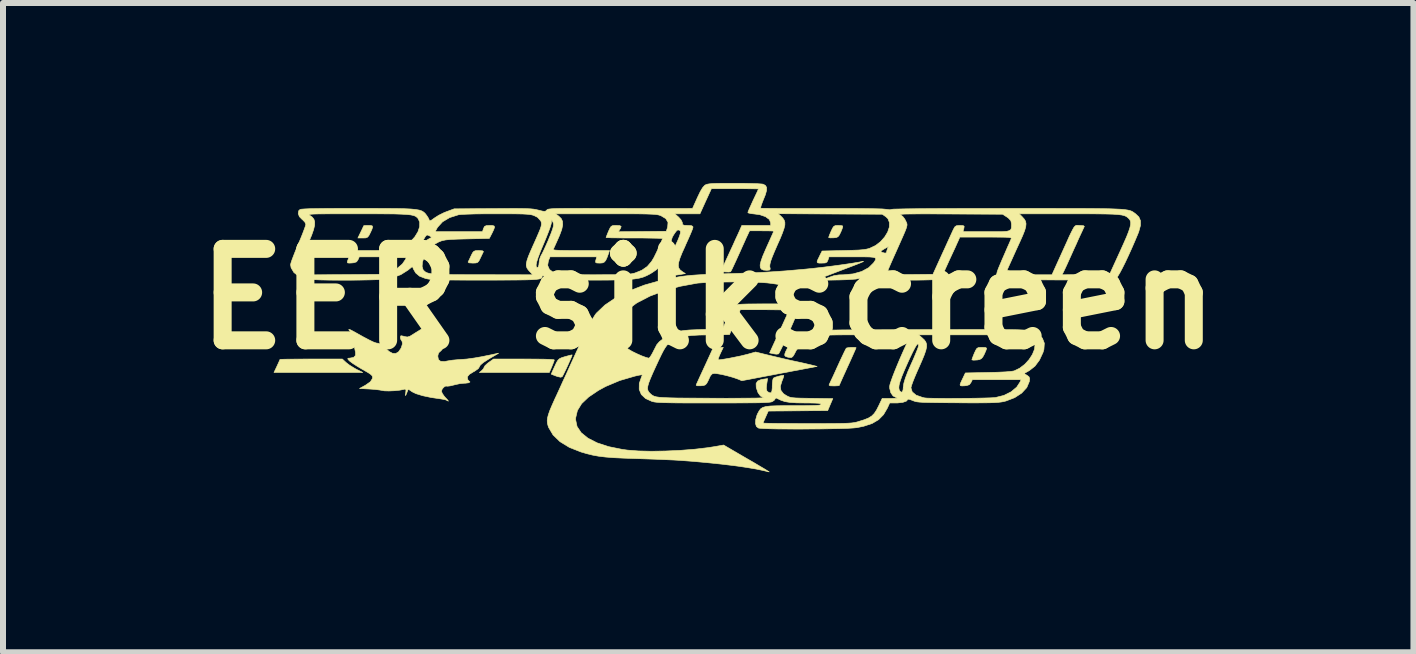
<source format=kicad_pcb>
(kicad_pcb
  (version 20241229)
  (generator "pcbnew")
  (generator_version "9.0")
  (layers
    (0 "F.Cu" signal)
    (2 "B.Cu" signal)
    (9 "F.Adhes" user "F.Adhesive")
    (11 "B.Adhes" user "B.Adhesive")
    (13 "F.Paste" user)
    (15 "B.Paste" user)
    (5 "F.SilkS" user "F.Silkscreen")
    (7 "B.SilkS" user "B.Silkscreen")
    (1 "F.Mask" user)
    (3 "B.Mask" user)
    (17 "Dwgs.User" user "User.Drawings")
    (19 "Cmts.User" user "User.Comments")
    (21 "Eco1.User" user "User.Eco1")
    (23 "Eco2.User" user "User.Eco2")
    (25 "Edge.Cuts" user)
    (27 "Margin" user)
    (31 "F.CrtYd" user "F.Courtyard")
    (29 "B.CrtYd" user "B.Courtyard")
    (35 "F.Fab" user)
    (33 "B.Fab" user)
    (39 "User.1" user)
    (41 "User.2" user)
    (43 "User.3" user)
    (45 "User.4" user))
  (footprint "EER silkscreen"
    (layer "F.Cu")
    (at 8.752 1.932)
    (property "Reference" "EER silkscreen" (at 0 0 0) (layer "F.SilkS") (effects (font (size 1.524 1.524) (thickness 0.3))))
    (attr through_hole)
    (fp_poly (pts (xy -6.035 1.059) (xy -5.978 1.103) (xy -5.902 1.15) (xy -5.865 1.171) (xy -5.757 1.225) (xy -7.236 1.225) (xy -7.187 1.121) (xy -7.163 1.069) (xy -7.145 1.029) (xy -7.137 1.009) (xy -7.137 1.009) (xy -7.113 1.006) (xy -7.046 1.004) (xy -6.943 1.003) (xy -6.811 1.002) (xy -6.659 1.001) (xy -6.617 1.001) (xy -6.097 1.001) (xy -6.035 1.059)) (stroke (width 0.01) (type solid)) (fill yes) (layer "F.SilkS"))
    (fp_poly (pts (xy -2.873 1.002) (xy -2.723 1.004) (xy -2.622 1.008) (xy -2.572 1.013) (xy -2.565 1.017) (xy -2.571 1.038) (xy -2.587 1.08) (xy -2.607 1.129) (xy -2.648 1.225) (xy -3.813 1.225) (xy -3.773 1.192) (xy -3.743 1.159) (xy -3.734 1.136) (xy -3.719 1.111) (xy -3.68 1.075) (xy -3.656 1.057) (xy -3.578 1.001) (xy -3.072 1.001) (xy -2.873 1.002)) (stroke (width 0.01) (type solid)) (fill yes) (layer "F.SilkS"))
    (fp_poly (pts (xy -5.621 -1.224) (xy -5.597 -1.216) (xy -5.593 -1.197) (xy -5.605 -1.159) (xy -5.63 -1.105) (xy -5.655 -1.056) (xy -5.677 -1.03) (xy -5.705 -1.018) (xy -5.748 -1.016) (xy -5.755 -1.016) (xy -5.838 -1.016) (xy -5.789 -1.117) (xy -5.765 -1.167) (xy -5.748 -1.204) (xy -5.74 -1.221) (xy -5.74 -1.221) (xy -5.718 -1.224) (xy -5.665 -1.225) (xy -5.664 -1.225) (xy -5.621 -1.224)) (stroke (width 0.01) (type solid)) (fill yes) (layer "F.SilkS"))
    (fp_poly (pts (xy 2.213 -1.223) (xy 2.24 -1.217) (xy 2.241 -1.2) (xy 2.229 -1.163) (xy 2.21 -1.117) (xy 2.185 -1.066) (xy 2.162 -1.037) (xy 2.134 -1.024) (xy 2.091 -1.019) (xy 2.087 -1.019) (xy 2.032 -1.018) (xy 2.007 -1.023) (xy 2.007 -1.023) (xy 2.012 -1.041) (xy 2.027 -1.08) (xy 2.048 -1.129) (xy 2.072 -1.18) (xy 2.092 -1.209) (xy 2.117 -1.222) (xy 2.154 -1.225) (xy 2.158 -1.225) (xy 2.213 -1.223)) (stroke (width 0.01) (type solid)) (fill yes) (layer "F.SilkS"))
    (fp_poly (pts (xy 4.62 0.809) (xy 4.639 0.82) (xy 4.632 0.847) (xy 4.632 0.848) (xy 4.602 0.918) (xy 4.577 0.964) (xy 4.553 0.993) (xy 4.525 1.008) (xy 4.488 1.016) (xy 4.476 1.017) (xy 4.421 1.02) (xy 4.395 1.015) (xy 4.394 1.013) (xy 4.4 0.993) (xy 4.415 0.952) (xy 4.435 0.903) (xy 4.459 0.852) (xy 4.478 0.823) (xy 4.503 0.81) (xy 4.542 0.807) (xy 4.563 0.807) (xy 4.62 0.809)) (stroke (width 0.01) (type solid)) (fill yes) (layer "F.SilkS"))
    (fp_poly (pts (xy -3.76 -0.802) (xy -3.745 -0.788) (xy -3.746 -0.788) (xy -3.758 -0.764) (xy -3.778 -0.722) (xy -3.796 -0.684) (xy -3.82 -0.636) (xy -3.842 -0.61) (xy -3.871 -0.6) (xy -3.919 -0.598) (xy -3.924 -0.598) (xy -3.987 -0.602) (xy -4.002 -0.616) (xy -4.001 -0.616) (xy -3.989 -0.64) (xy -3.969 -0.682) (xy -3.951 -0.721) (xy -3.927 -0.769) (xy -3.905 -0.794) (xy -3.876 -0.805) (xy -3.828 -0.807) (xy -3.823 -0.807) (xy -3.76 -0.802)) (stroke (width 0.01) (type solid)) (fill yes) (layer "F.SilkS"))
    (fp_poly (pts (xy -2.271 0.947) (xy -2.286 0.984) (xy -2.309 1.036) (xy -2.336 1.097) (xy -2.365 1.16) (xy -2.393 1.217) (xy -2.416 1.264) (xy -2.432 1.292) (xy -2.435 1.296) (xy -2.459 1.304) (xy -2.507 1.294) (xy -2.534 1.285) (xy -2.587 1.265) (xy -2.615 1.253) (xy -2.616 1.252) (xy -2.609 1.236) (xy -2.593 1.199) (xy -2.569 1.147) (xy -2.557 1.121) (xy -2.528 1.059) (xy -2.504 1.02) (xy -2.477 0.995) (xy -2.441 0.978) (xy -2.386 0.961) (xy -2.386 0.961) (xy -2.32 0.943) (xy -2.277 0.933) (xy -2.268 0.932) (xy -2.271 0.947)) (stroke (width 0.01) (type solid)) (fill yes) (layer "F.SilkS"))
    (fp_poly (pts (xy 2.462 0.811) (xy 2.464 0.813) (xy 2.458 0.829) (xy 2.44 0.869) (xy 2.413 0.93) (xy 2.379 1.006) (xy 2.339 1.094) (xy 2.324 1.126) (xy 2.283 1.217) (xy 2.246 1.298) (xy 2.216 1.365) (xy 2.195 1.413) (xy 2.185 1.438) (xy 2.184 1.441) (xy 2.162 1.446) (xy 2.107 1.449) (xy 2.094 1.449) (xy 2.034 1.447) (xy 2.014 1.437) (xy 2.017 1.423) (xy 2.028 1.401) (xy 2.049 1.355) (xy 2.08 1.29) (xy 2.116 1.211) (xy 2.156 1.122) (xy 2.16 1.114) (xy 2.2 1.026) (xy 2.237 0.948) (xy 2.267 0.885) (xy 2.289 0.841) (xy 2.301 0.82) (xy 2.301 0.819) (xy 2.33 0.812) (xy 2.381 0.807) (xy 2.433 0.807) (xy 2.462 0.811)) (stroke (width 0.01) (type solid)) (fill yes) (layer "F.SilkS"))
    (fp_poly (pts (xy 0.203 0.907) (xy 0.181 0.958) (xy 0.167 0.996) (xy 0.165 1.014) (xy 0.166 1.014) (xy 0.195 1.013) (xy 0.259 1.004) (xy 0.347 0.989) (xy 0.446 0.969) (xy 0.544 0.949) (xy 0.629 0.928) (xy 0.665 0.919) (xy 0.788 0.884) (xy 1.035 0.944) (xy 1.162 0.974) (xy 1.293 1.005) (xy 1.409 1.031) (xy 1.452 1.04) (xy 1.554 1.062) (xy 1.653 1.085) (xy 1.718 1.1) (xy 1.814 1.124) (xy 1.187 1.243) (xy 0.56 1.362) (xy 0.487 1.332) (xy 0.415 1.307) (xy 0.322 1.281) (xy 0.225 1.258) (xy 0.142 1.244) (xy 0.102 1.24) (xy 0.065 1.249) (xy 0.037 1.28) (xy 0.025 1.304) (xy -0.004 1.368) (xy -0.026 1.408) (xy -0.048 1.431) (xy -0.076 1.442) (xy -0.115 1.446) (xy -0.126 1.447) (xy -0.182 1.447) (xy -0.201 1.438) (xy -0.197 1.424) (xy -0.187 1.402) (xy -0.166 1.356) (xy -0.136 1.29) (xy -0.099 1.21) (xy -0.058 1.121) (xy -0.049 1.102) (xy 0.086 0.807) (xy 0.251 0.807) (xy 0.203 0.907)) (stroke (width 0.01) (type solid)) (fill yes) (layer "F.SilkS"))
    (fp_poly (pts (xy -4.564 0.427) (xy -4.552 0.48) (xy -4.537 0.523) (xy -4.523 0.544) (xy -4.508 0.568) (xy -4.496 0.61) (xy -4.491 0.643) (xy -4.482 0.693) (xy -4.464 0.723) (xy -4.431 0.739) (xy -4.429 0.74) (xy -4.396 0.751) (xy -4.388 0.767) (xy -4.402 0.795) (xy -4.415 0.815) (xy -4.445 0.854) (xy -4.472 0.88) (xy -4.479 0.884) (xy -4.495 0.904) (xy -4.505 0.942) (xy -4.506 0.957) (xy -4.496 1.011) (xy -4.46 1.039) (xy -4.395 1.043) (xy -4.338 1.032) (xy -4.263 1.02) (xy -4.166 1.011) (xy -4.115 1.008) (xy -4.021 1.001) (xy -3.898 0.984) (xy -3.767 0.961) (xy -3.734 0.954) (xy -3.493 0.904) (xy -3.651 0.997) (xy -3.745 1.057) (xy -3.798 1.102) (xy -3.81 1.125) (xy -3.832 1.161) (xy -3.893 1.204) (xy -3.912 1.214) (xy -3.979 1.255) (xy -4.009 1.291) (xy -4.013 1.313) (xy -4.005 1.348) (xy -3.987 1.367) (xy -3.97 1.383) (xy -3.994 1.397) (xy -4.049 1.404) (xy -4.067 1.404) (xy -4.138 1.411) (xy -4.221 1.429) (xy -4.24 1.434) (xy -4.303 1.449) (xy -4.347 1.454) (xy -4.355 1.452) (xy -4.381 1.453) (xy -4.411 1.474) (xy -4.435 1.505) (xy -4.445 1.538) (xy -4.432 1.574) (xy -4.4 1.62) (xy -4.383 1.64) (xy -4.349 1.676) (xy -4.331 1.699) (xy -4.331 1.703) (xy -4.351 1.693) (xy -4.355 1.69) (xy -4.388 1.677) (xy -4.448 1.667) (xy -4.452 1.666) (xy -4.617 1.642) (xy -4.759 1.612) (xy -4.87 1.578) (xy -4.932 1.548) (xy -4.999 1.502) (xy -5.013 1.539) (xy -5.033 1.589) (xy -5.043 1.61) (xy -5.046 1.603) (xy -5.042 1.569) (xy -5.041 1.565) (xy -5.037 1.523) (xy -5.042 1.504) (xy -5.061 1.503) (xy -5.074 1.507) (xy -5.141 1.52) (xy -5.229 1.529) (xy -5.321 1.533) (xy -5.396 1.531) (xy -5.426 1.526) (xy -5.476 1.517) (xy -5.557 1.507) (xy -5.642 1.501) (xy -5.811 1.492) (xy -5.711 1.437) (xy -5.63 1.38) (xy -5.597 1.328) (xy -5.593 1.303) (xy -5.6 1.281) (xy -5.624 1.257) (xy -5.672 1.225) (xy -5.75 1.18) (xy -5.765 1.172) (xy -5.847 1.123) (xy -5.919 1.077) (xy -5.969 1.04) (xy -5.984 1.027) (xy -6.007 0.999) (xy -6.002 0.988) (xy -5.973 0.986) (xy -5.909 0.974) (xy -5.877 0.94) (xy -5.878 0.884) (xy -5.88 0.878) (xy -5.891 0.826) (xy -5.896 0.778) (xy -5.895 0.769) (xy -5.892 0.695) (xy -5.897 0.642) (xy -5.912 0.603) (xy -5.938 0.57) (xy -5.943 0.565) (xy -5.982 0.524) (xy -5.99 0.507) (xy -5.967 0.512) (xy -5.912 0.54) (xy -5.883 0.556) (xy -5.755 0.628) (xy -5.657 0.68) (xy -5.585 0.715) (xy -5.533 0.734) (xy -5.499 0.739) (xy -5.453 0.752) (xy -5.403 0.792) (xy -5.384 0.813) (xy -5.32 0.874) (xy -5.261 0.906) (xy -5.208 0.909) (xy -5.161 0.882) (xy -5.122 0.825) (xy -5.114 0.809) (xy -5.095 0.748) (xy -5.101 0.709) (xy -5.105 0.702) (xy -5.124 0.672) (xy -5.131 0.639) (xy -5.125 0.616) (xy -5.116 0.613) (xy -5.085 0.619) (xy -5.053 0.628) (xy -5.013 0.634) (xy -4.972 0.622) (xy -4.939 0.602) (xy -4.879 0.564) (xy -4.809 0.521) (xy -4.788 0.508) (xy -4.72 0.46) (xy -4.656 0.406) (xy -4.641 0.392) (xy -4.58 0.328) (xy -4.564 0.427)) (stroke (width 0.01) (type solid)) (fill yes) (layer "F.SilkS"))
    (fp_poly (pts (xy 2.588 -0.626) (xy 2.578 -0.62) (xy 2.546 -0.606) (xy 2.488 -0.582) (xy 2.4 -0.548) (xy 2.279 -0.502) (xy 2.121 -0.442) (xy 2.019 -0.403) (xy 1.46 -0.191) (xy 1.295 -0.222) (xy 1.18 -0.241) (xy 1.056 -0.259) (xy 0.98 -0.268) (xy 0.877 -0.275) (xy 0.738 -0.28) (xy 0.577 -0.283) (xy 0.403 -0.284) (xy 0.23 -0.282) (xy 0.069 -0.278) (xy -0.069 -0.272) (xy -0.171 -0.265) (xy -0.191 -0.262) (xy -0.467 -0.211) (xy -0.731 -0.138) (xy -0.97 -0.048) (xy -1.175 0.058) (xy -1.2 0.073) (xy -1.351 0.186) (xy -1.459 0.303) (xy -1.522 0.42) (xy -1.539 0.536) (xy -1.51 0.647) (xy -1.436 0.752) (xy -1.33 0.837) (xy -1.268 0.874) (xy -1.19 0.912) (xy -1.111 0.947) (xy -1.041 0.973) (xy -0.994 0.986) (xy -0.989 0.986) (xy -0.973 0.973) (xy -0.95 0.939) (xy -0.928 0.9) (xy -0.899 0.843) (xy -0.871 0.789) (xy -0.858 0.763) (xy -0.814 0.712) (xy -0.739 0.654) (xy -0.645 0.6) (xy -0.548 0.557) (xy -0.522 0.549) (xy -0.466 0.535) (xy -0.399 0.525) (xy -0.309 0.517) (xy -0.186 0.512) (xy -0.091 0.509) (xy 0.238 0.501) (xy 0.321 0.315) (xy 0.356 0.242) (xy 0.39 0.179) (xy 0.421 0.132) (xy 0.443 0.107) (xy 0.445 0.106) (xy 0.466 0.097) (xy 0.503 0.091) (xy 0.563 0.087) (xy 0.652 0.084) (xy 0.777 0.083) (xy 0.945 0.082) (xy 0.955 0.082) (xy 1.122 0.082) (xy 1.245 0.083) (xy 1.332 0.085) (xy 1.39 0.089) (xy 1.426 0.094) (xy 1.449 0.102) (xy 1.463 0.111) (xy 1.492 0.15) (xy 1.499 0.176) (xy 1.492 0.2) (xy 1.475 0.247) (xy 1.449 0.313) (xy 1.416 0.391) (xy 1.378 0.478) (xy 1.338 0.569) (xy 1.298 0.658) (xy 1.26 0.742) (xy 1.225 0.814) (xy 1.197 0.87) (xy 1.178 0.906) (xy 1.17 0.916) (xy 1.135 0.92) (xy 1.087 0.913) (xy 1.023 0.899) (xy 1.183 0.55) (xy 1.228 0.453) (xy 1.268 0.365) (xy 1.302 0.29) (xy 1.327 0.234) (xy 1.342 0.199) (xy 1.345 0.191) (xy 1.322 0.187) (xy 1.256 0.183) (xy 1.156 0.181) (xy 1.031 0.18) (xy 0.941 0.179) (xy 0.535 0.179) (xy 0.511 0.235) (xy 0.494 0.274) (xy 0.468 0.333) (xy 0.438 0.401) (xy 0.421 0.438) (xy 0.394 0.5) (xy 0.372 0.551) (xy 0.359 0.583) (xy 0.356 0.592) (xy 0.332 0.594) (xy 0.267 0.596) (xy 0.17 0.597) (xy 0.051 0.598) (xy 0.032 0.598) (xy -0.148 0.601) (xy -0.287 0.609) (xy -0.398 0.626) (xy -0.489 0.651) (xy -0.572 0.688) (xy -0.593 0.699) (xy -0.629 0.721) (xy -0.66 0.743) (xy -0.687 0.77) (xy -0.714 0.807) (xy -0.744 0.856) (xy -0.778 0.922) (xy -0.82 1.009) (xy -0.872 1.121) (xy -0.873 1.123) (xy -0.926 1.239) (xy -0.965 1.33) (xy -0.992 1.4) (xy -1.007 1.454) (xy -1.011 1.494) (xy -1.005 1.525) (xy -0.99 1.551) (xy -0.975 1.568) (xy -0.953 1.589) (xy -0.931 1.606) (xy -0.903 1.62) (xy -0.865 1.631) (xy -0.81 1.639) (xy -0.735 1.644) (xy -0.633 1.648) (xy -0.5 1.651) (xy -0.331 1.652) (xy -0.12 1.653) (xy 0.076 1.654) (xy 0.301 1.655) (xy 0.497 1.654) (xy 0.662 1.653) (xy 0.79 1.652) (xy 0.878 1.649) (xy 0.922 1.647) (xy 0.925 1.644) (xy 0.87 1.617) (xy 0.83 1.562) (xy 0.802 1.481) (xy 0.8 1.472) (xy 0.798 1.409) (xy 0.824 1.368) (xy 0.883 1.343) (xy 0.92 1.337) (xy 0.989 1.327) (xy 0.974 1.425) (xy 0.968 1.49) (xy 0.977 1.531) (xy 0.99 1.546) (xy 1.025 1.565) (xy 1.048 1.562) (xy 1.061 1.536) (xy 1.067 1.482) (xy 1.067 1.453) (xy 1.07 1.395) (xy 1.076 1.349) (xy 1.085 1.322) (xy 1.087 1.319) (xy 1.118 1.304) (xy 1.17 1.288) (xy 1.224 1.276) (xy 1.257 1.273) (xy 1.259 1.274) (xy 1.258 1.289) (xy 1.246 1.326) (xy 1.228 1.371) (xy 1.202 1.456) (xy 1.211 1.523) (xy 1.253 1.578) (xy 1.297 1.607) (xy 1.33 1.625) (xy 1.361 1.637) (xy 1.401 1.645) (xy 1.458 1.65) (xy 1.544 1.653) (xy 1.667 1.655) (xy 1.725 1.656) (xy 2.076 1.661) (xy 2.033 1.761) (xy 1.991 1.86) (xy 1.001 1.868) (xy 0.958 1.964) (xy 0.936 2.014) (xy 0.92 2.051) (xy 0.914 2.068) (xy 0.939 2.07) (xy 1.008 2.072) (xy 1.115 2.074) (xy 1.253 2.075) (xy 1.418 2.076) (xy 1.602 2.077) (xy 1.652 2.077) (xy 1.866 2.077) (xy 2.035 2.076) (xy 2.167 2.075) (xy 2.266 2.073) (xy 2.339 2.07) (xy 2.393 2.066) (xy 2.434 2.06) (xy 2.469 2.053) (xy 2.497 2.045) (xy 2.596 2.014) (xy 2.669 1.985) (xy 2.724 1.951) (xy 2.767 1.908) (xy 2.806 1.849) (xy 2.847 1.768) (xy 2.858 1.744) (xy 2.899 1.658) (xy 3.043 1.658) (xy 3.121 1.656) (xy 3.151 1.652) (xy 3.138 1.645) (xy 3.134 1.644) (xy 3.08 1.616) (xy 3.043 1.563) (xy 3.024 1.49) (xy 3.024 1.479) (xy 3.176 1.479) (xy 3.182 1.512) (xy 3.19 1.53) (xy 3.214 1.553) (xy 3.233 1.548) (xy 3.246 1.519) (xy 3.25 1.48) (xy 3.378 1.48) (xy 3.4 1.549) (xy 3.464 1.603) (xy 3.572 1.641) (xy 3.607 1.649) (xy 3.653 1.653) (xy 3.74 1.655) (xy 3.859 1.657) (xy 4 1.658) (xy 4.154 1.657) (xy 4.31 1.656) (xy 4.459 1.654) (xy 4.592 1.651) (xy 4.7 1.648) (xy 4.771 1.644) (xy 4.788 1.642) (xy 4.928 1.607) (xy 5.048 1.547) (xy 5.141 1.469) (xy 5.195 1.386) (xy 5.213 1.345) (xy 4.402 1.345) (xy 4.378 1.393) (xy 4.352 1.428) (xy 4.308 1.443) (xy 4.273 1.447) (xy 4.228 1.449) (xy 4.204 1.445) (xy 4.197 1.43) (xy 4.207 1.398) (xy 4.232 1.344) (xy 4.239 1.33) (xy 4.285 1.233) (xy 4.663 1.225) (xy 4.824 1.221) (xy 4.955 1.215) (xy 5.048 1.207) (xy 5.097 1.199) (xy 5.19 1.154) (xy 5.275 1.089) (xy 5.347 1.01) (xy 5.402 0.925) (xy 5.437 0.839) (xy 5.446 0.759) (xy 5.427 0.693) (xy 5.413 0.675) (xy 5.392 0.655) (xy 5.365 0.639) (xy 5.328 0.626) (xy 5.276 0.617) (xy 5.203 0.609) (xy 5.104 0.604) (xy 4.974 0.601) (xy 4.809 0.599) (xy 4.603 0.598) (xy 4.358 0.598) (xy 3.507 0.598) (xy 3.566 0.649) (xy 3.602 0.683) (xy 3.626 0.717) (xy 3.639 0.755) (xy 3.639 0.8) (xy 3.626 0.858) (xy 3.6 0.933) (xy 3.561 1.028) (xy 3.518 1.126) (xy 3.476 1.22) (xy 3.439 1.307) (xy 3.409 1.382) (xy 3.389 1.439) (xy 3.379 1.475) (xy 3.378 1.48) (xy 3.25 1.48) (xy 3.251 1.466) (xy 3.251 1.464) (xy 3.26 1.404) (xy 3.285 1.32) (xy 3.327 1.21) (xy 3.378 1.094) (xy 3.418 1.005) (xy 3.452 0.924) (xy 3.48 0.856) (xy 3.498 0.807) (xy 3.505 0.781) (xy 3.505 0.781) (xy 3.502 0.753) (xy 3.491 0.749) (xy 3.472 0.768) (xy 3.445 0.813) (xy 3.408 0.884) (xy 3.361 0.982) (xy 3.32 1.072) (xy 3.265 1.197) (xy 3.224 1.296) (xy 3.197 1.374) (xy 3.181 1.434) (xy 3.176 1.479) (xy 3.024 1.479) (xy 3.023 1.456) (xy 3.029 1.424) (xy 3.047 1.368) (xy 3.074 1.293) (xy 3.109 1.203) (xy 3.15 1.103) (xy 3.194 0.998) (xy 3.24 0.893) (xy 3.285 0.793) (xy 3.328 0.702) (xy 3.367 0.625) (xy 3.368 0.624) (xy 3.369 0.616) (xy 3.36 0.61) (xy 3.336 0.606) (xy 3.292 0.602) (xy 3.221 0.6) (xy 3.12 0.599) (xy 2.982 0.598) (xy 2.802 0.598) (xy 2.65 0.598) (xy 2.437 0.598) (xy 2.269 0.598) (xy 2.139 0.599) (xy 2.04 0.601) (xy 1.967 0.604) (xy 1.911 0.608) (xy 1.868 0.614) (xy 1.83 0.622) (xy 1.792 0.632) (xy 1.789 0.633) (xy 1.648 0.687) (xy 1.541 0.761) (xy 1.467 0.857) (xy 1.46 0.871) (xy 1.43 0.928) (xy 1.408 0.961) (xy 1.385 0.976) (xy 1.357 0.976) (xy 1.327 0.97) (xy 1.293 0.96) (xy 1.276 0.944) (xy 1.276 0.917) (xy 1.293 0.872) (xy 1.323 0.814) (xy 1.401 0.712) (xy 1.516 0.624) (xy 1.66 0.557) (xy 1.688 0.548) (xy 1.709 0.542) (xy 1.731 0.536) (xy 1.757 0.531) (xy 1.792 0.528) (xy 1.84 0.524) (xy 1.903 0.522) (xy 1.987 0.519) (xy 2.094 0.518) (xy 2.228 0.516) (xy 2.393 0.515) (xy 2.593 0.514) (xy 2.832 0.513) (xy 3.113 0.512) (xy 3.44 0.512) (xy 3.537 0.511) (xy 3.877 0.511) (xy 4.17 0.51) (xy 4.42 0.51) (xy 4.63 0.51) (xy 4.804 0.51) (xy 4.947 0.511) (xy 5.061 0.512) (xy 5.151 0.513) (xy 5.219 0.516) (xy 5.271 0.518) (xy 5.309 0.522) (xy 5.338 0.526) (xy 5.361 0.531) (xy 5.382 0.537) (xy 5.385 0.538) (xy 5.497 0.586) (xy 5.568 0.652) (xy 5.601 0.737) (xy 5.594 0.84) (xy 5.579 0.891) (xy 5.52 1.018) (xy 5.445 1.119) (xy 5.353 1.192) (xy 5.348 1.195) (xy 5.263 1.243) (xy 5.314 1.273) (xy 5.346 1.298) (xy 5.357 1.33) (xy 5.351 1.375) (xy 5.308 1.477) (xy 5.223 1.569) (xy 5.106 1.645) (xy 4.962 1.7) (xy 4.923 1.71) (xy 4.883 1.717) (xy 4.834 1.723) (xy 4.771 1.727) (xy 4.686 1.73) (xy 4.574 1.731) (xy 4.426 1.732) (xy 4.237 1.731) (xy 4.148 1.73) (xy 3.947 1.729) (xy 3.79 1.727) (xy 3.671 1.725) (xy 3.584 1.723) (xy 3.522 1.719) (xy 3.478 1.714) (xy 3.447 1.707) (xy 3.421 1.698) (xy 3.406 1.692) (xy 3.356 1.673) (xy 3.329 1.67) (xy 3.327 1.672) (xy 3.304 1.701) (xy 3.243 1.723) (xy 3.154 1.733) (xy 3.136 1.733) (xy 3.024 1.733) (xy 2.985 1.819) (xy 2.921 1.928) (xy 2.838 2.012) (xy 2.731 2.075) (xy 2.591 2.121) (xy 2.479 2.144) (xy 2.42 2.15) (xy 2.32 2.156) (xy 2.188 2.16) (xy 2.032 2.163) (xy 1.859 2.166) (xy 1.678 2.167) (xy 1.496 2.168) (xy 1.321 2.167) (xy 1.162 2.166) (xy 1.025 2.163) (xy 0.92 2.159) (xy 0.853 2.154) (xy 0.837 2.151) (xy 0.803 2.125) (xy 0.788 2.076) (xy 0.791 2.012) (xy 0.812 1.937) (xy 0.827 1.904) (xy 0.85 1.862) (xy 0.874 1.831) (xy 0.909 1.808) (xy 0.96 1.793) (xy 1.035 1.784) (xy 1.141 1.78) (xy 1.286 1.778) (xy 1.428 1.778) (xy 1.592 1.778) (xy 1.712 1.776) (xy 1.794 1.774) (xy 1.845 1.77) (xy 1.871 1.765) (xy 1.88 1.757) (xy 1.88 1.756) (xy 1.871 1.745) (xy 1.84 1.738) (xy 1.779 1.735) (xy 1.678 1.733) (xy 1.627 1.733) (xy 1.475 1.731) (xy 1.362 1.724) (xy 1.277 1.71) (xy 1.21 1.687) (xy 1.175 1.67) (xy 1.135 1.651) (xy 1.119 1.653) (xy 1.118 1.661) (xy 1.1 1.688) (xy 1.071 1.708) (xy 1.055 1.715) (xy 1.029 1.72) (xy 0.988 1.724) (xy 0.929 1.727) (xy 0.845 1.73) (xy 0.731 1.731) (xy 0.583 1.732) (xy 0.396 1.733) (xy 0.164 1.733) (xy 0.087 1.733) (xy -0.159 1.733) (xy -0.36 1.733) (xy -0.52 1.732) (xy -0.645 1.73) (xy -0.741 1.728) (xy -0.812 1.725) (xy -0.863 1.721) (xy -0.901 1.716) (xy -0.929 1.709) (xy -0.938 1.707) (xy -1.044 1.659) (xy -1.115 1.592) (xy -1.15 1.507) (xy -1.149 1.408) (xy -1.111 1.297) (xy -1.103 1.281) (xy -1.099 1.267) (xy -1.114 1.264) (xy -1.158 1.271) (xy -1.224 1.286) (xy -1.474 1.359) (xy -1.709 1.458) (xy -1.83 1.524) (xy -1.993 1.634) (xy -2.109 1.744) (xy -2.18 1.859) (xy -2.209 1.982) (xy -2.21 2.01) (xy -2.186 2.125) (xy -2.117 2.229) (xy -2.004 2.32) (xy -1.851 2.398) (xy -1.659 2.461) (xy -1.432 2.507) (xy -1.344 2.519) (xy -1.163 2.533) (xy -0.948 2.538) (xy -0.712 2.534) (xy -0.466 2.523) (xy -0.226 2.504) (xy -0.004 2.478) (xy 0.122 2.458) (xy 0.256 2.434) (xy 0.642 2.659) (xy 0.755 2.724) (xy 0.854 2.783) (xy 0.934 2.83) (xy 0.989 2.864) (xy 1.015 2.881) (xy 1.016 2.882) (xy 0.987 2.876) (xy 0.93 2.862) (xy 0.917 2.859) (xy 0.798 2.834) (xy 0.637 2.807) (xy 0.443 2.779) (xy 0.226 2.753) (xy -0.005 2.729) (xy -0.243 2.707) (xy -0.47 2.69) (xy -0.571 2.684) (xy -0.709 2.678) (xy -0.871 2.671) (xy -1.045 2.665) (xy -1.194 2.66) (xy -1.405 2.653) (xy -1.575 2.645) (xy -1.713 2.634) (xy -1.828 2.62) (xy -1.931 2.601) (xy -2.031 2.576) (xy -2.12 2.55) (xy -2.313 2.474) (xy -2.47 2.378) (xy -2.586 2.266) (xy -2.66 2.14) (xy -2.67 2.11) (xy -2.68 2.069) (xy -2.683 2.028) (xy -2.678 1.982) (xy -2.663 1.926) (xy -2.639 1.857) (xy -2.602 1.77) (xy -2.553 1.66) (xy -2.531 1.614) (xy -2.504 1.555) (xy -2.466 1.472) (xy -2.42 1.37) (xy -2.366 1.254) (xy -2.309 1.127) (xy -2.249 0.996) (xy -2.197 0.882) (xy -2.113 0.701) (xy -2.04 0.548) (xy -1.977 0.424) (xy -1.925 0.329) (xy -1.883 0.262) (xy -1.864 0.237) (xy -1.722 0.102) (xy -1.538 -0.023) (xy -1.315 -0.135) (xy -1.062 -0.232) (xy -0.782 -0.311) (xy -0.5 -0.367) (xy -0.404 -0.381) (xy -0.306 -0.392) (xy -0.195 -0.4) (xy -0.062 -0.408) (xy 0.104 -0.414) (xy 0.267 -0.419) (xy 0.516 -0.427) (xy 0.729 -0.435) (xy 0.92 -0.444) (xy 1.102 -0.455) (xy 1.289 -0.468) (xy 1.496 -0.486) (xy 1.599 -0.495) (xy 1.748 -0.51) (xy 1.917 -0.529) (xy 2.091 -0.551) (xy 2.258 -0.574) (xy 2.406 -0.596) (xy 2.521 -0.615) (xy 2.555 -0.622) (xy 2.579 -0.627) (xy 2.588 -0.626)) (stroke (width 0.01) (type solid)) (fill yes) (layer "F.SilkS"))
    (fp_poly (pts (xy 0.582 -1.927) (xy 0.712 -1.924) (xy 0.818 -1.921) (xy 0.889 -1.916) (xy 0.913 -1.913) (xy 0.953 -1.892) (xy 0.973 -1.858) (xy 0.972 -1.808) (xy 0.952 -1.736) (xy 0.926 -1.672) (xy 0.901 -1.609) (xy 0.882 -1.557) (xy 0.873 -1.523) (xy 0.874 -1.513) (xy 0.901 -1.511) (xy 0.974 -1.51) (xy 1.087 -1.509) (xy 1.233 -1.508) (xy 1.409 -1.508) (xy 1.607 -1.508) (xy 1.824 -1.508) (xy 1.886 -1.508) (xy 2.189 -1.508) (xy 2.443 -1.508) (xy 2.646 -1.506) (xy 2.8 -1.503) (xy 2.903 -1.5) (xy 2.955 -1.495) (xy 2.957 -1.495) (xy 3.029 -1.486) (xy 3.06 -1.494) (xy 3.092 -1.497) (xy 3.174 -1.499) (xy 3.305 -1.502) (xy 3.484 -1.504) (xy 3.711 -1.506) (xy 3.985 -1.507) (xy 4.305 -1.508) (xy 4.669 -1.508) (xy 5.002 -1.509) (xy 5.366 -1.509) (xy 5.684 -1.509) (xy 5.957 -1.508) (xy 6.19 -1.508) (xy 6.387 -1.507) (xy 6.55 -1.505) (xy 6.683 -1.503) (xy 6.79 -1.499) (xy 6.874 -1.495) (xy 6.939 -1.489) (xy 6.988 -1.482) (xy 7.024 -1.474) (xy 7.052 -1.464) (xy 7.075 -1.452) (xy 7.095 -1.438) (xy 7.117 -1.422) (xy 7.12 -1.42) (xy 7.176 -1.367) (xy 7.203 -1.304) (xy 7.203 -1.225) (xy 7.176 -1.126) (xy 7.163 -1.091) (xy 7.11 -0.965) (xy 7.056 -0.841) (xy 7.002 -0.722) (xy 6.951 -0.613) (xy 6.903 -0.517) (xy 6.861 -0.438) (xy 6.825 -0.378) (xy 6.799 -0.342) (xy 6.789 -0.332) (xy 6.765 -0.327) (xy 6.719 -0.323) (xy 6.645 -0.32) (xy 6.539 -0.318) (xy 6.398 -0.317) (xy 6.216 -0.316) (xy 5.991 -0.317) (xy 5.806 -0.317) (xy 4.866 -0.321) (xy 4.827 -0.362) (xy 4.814 -0.378) (xy 4.808 -0.396) (xy 4.808 -0.412) (xy 4.953 -0.412) (xy 4.977 -0.409) (xy 5.043 -0.407) (xy 5.142 -0.405) (xy 5.267 -0.404) (xy 5.34 -0.403) (xy 5.728 -0.403) (xy 5.865 -0.706) (xy 5.927 -0.843) (xy 5.977 -0.953) (xy 6.016 -1.041) (xy 6.048 -1.107) (xy 6.073 -1.156) (xy 6.092 -1.19) (xy 6.109 -1.211) (xy 6.123 -1.222) (xy 6.138 -1.227) (xy 6.155 -1.227) (xy 6.175 -1.226) (xy 6.191 -1.225) (xy 6.253 -1.221) (xy 6.268 -1.208) (xy 6.267 -1.206) (xy 6.257 -1.187) (xy 6.237 -1.143) (xy 6.207 -1.079) (xy 6.17 -0.999) (xy 6.129 -0.906) (xy 6.097 -0.837) (xy 6.052 -0.737) (xy 6.01 -0.644) (xy 5.974 -0.564) (xy 5.944 -0.5) (xy 5.924 -0.458) (xy 5.917 -0.444) (xy 5.895 -0.403) (xy 6.292 -0.407) (xy 6.689 -0.411) (xy 6.863 -0.792) (xy 6.923 -0.925) (xy 6.97 -1.032) (xy 7.004 -1.118) (xy 7.026 -1.184) (xy 7.038 -1.235) (xy 7.04 -1.274) (xy 7.034 -1.304) (xy 7.019 -1.328) (xy 7.015 -1.333) (xy 6.993 -1.355) (xy 6.968 -1.374) (xy 6.936 -1.388) (xy 6.891 -1.399) (xy 6.827 -1.407) (xy 6.741 -1.413) (xy 6.625 -1.416) (xy 6.475 -1.418) (xy 6.286 -1.419) (xy 6.052 -1.419) (xy 6.01 -1.419) (xy 5.183 -1.419) (xy 5.231 -1.371) (xy 5.266 -1.332) (xy 5.288 -1.295) (xy 5.296 -1.253) (xy 5.291 -1.203) (xy 5.273 -1.139) (xy 5.24 -1.056) (xy 5.198 -0.962) (xy 5.131 -0.816) (xy 5.077 -0.696) (xy 5.034 -0.601) (xy 5.001 -0.528) (xy 4.978 -0.475) (xy 4.963 -0.439) (xy 4.955 -0.419) (xy 4.953 -0.412) (xy 4.808 -0.412) (xy 4.808 -0.42) (xy 4.816 -0.455) (xy 4.834 -0.505) (xy 4.863 -0.574) (xy 4.902 -0.667) (xy 4.913 -0.691) (xy 4.952 -0.781) (xy 4.987 -0.862) (xy 5.017 -0.929) (xy 5.038 -0.978) (xy 5.049 -1.003) (xy 5.049 -1.005) (xy 5.05 -1.014) (xy 5.038 -1.021) (xy 5.006 -1.026) (xy 4.948 -1.029) (xy 4.857 -1.03) (xy 4.726 -1.031) (xy 4.627 -1.031) (xy 4.193 -1.031) (xy 4.165 -0.967) (xy 4.146 -0.926) (xy 4.119 -0.865) (xy 4.086 -0.794) (xy 4.064 -0.747) (xy 4.026 -0.665) (xy 3.986 -0.577) (xy 3.95 -0.498) (xy 3.936 -0.467) (xy 3.898 -0.393) (xy 3.861 -0.346) (xy 3.834 -0.328) (xy 3.791 -0.323) (xy 3.708 -0.319) (xy 3.595 -0.316) (xy 3.463 -0.314) (xy 3.323 -0.314) (xy 3.184 -0.315) (xy 3.059 -0.317) (xy 2.957 -0.321) (xy 2.889 -0.326) (xy 2.869 -0.329) (xy 2.83 -0.355) (xy 2.819 -0.396) (xy 2.816 -0.418) (xy 2.972 -0.418) (xy 2.997 -0.412) (xy 3.072 -0.408) (xy 3.197 -0.406) (xy 3.359 -0.407) (xy 3.745 -0.411) (xy 3.901 -0.755) (xy 3.947 -0.855) (xy 3.99 -0.95) (xy 4.028 -1.033) (xy 4.059 -1.101) (xy 4.08 -1.147) (xy 4.087 -1.162) (xy 4.11 -1.202) (xy 4.136 -1.22) (xy 4.181 -1.225) (xy 4.195 -1.225) (xy 4.247 -1.223) (xy 4.265 -1.211) (xy 4.261 -1.18) (xy 4.259 -1.173) (xy 4.245 -1.121) (xy 4.634 -1.121) (xy 4.789 -1.121) (xy 4.9 -1.122) (xy 4.975 -1.127) (xy 5.02 -1.139) (xy 5.044 -1.158) (xy 5.053 -1.188) (xy 5.054 -1.231) (xy 5.054 -1.251) (xy 5.043 -1.304) (xy 5.002 -1.348) (xy 4.981 -1.363) (xy 4.906 -1.412) (xy 4.035 -1.416) (xy 3.798 -1.417) (xy 3.609 -1.418) (xy 3.461 -1.417) (xy 3.352 -1.416) (xy 3.276 -1.415) (xy 3.229 -1.412) (xy 3.206 -1.408) (xy 3.204 -1.403) (xy 3.209 -1.4) (xy 3.242 -1.375) (xy 3.275 -1.332) (xy 3.29 -1.303) (xy 3.3 -1.282) (xy 3.307 -1.266) (xy 3.312 -1.25) (xy 3.313 -1.231) (xy 3.308 -1.207) (xy 3.298 -1.173) (xy 3.28 -1.127) (xy 3.254 -1.066) (xy 3.219 -0.987) (xy 3.174 -0.886) (xy 3.118 -0.76) (xy 3.097 -0.714) (xy 3.058 -0.626) (xy 3.024 -0.548) (xy 2.997 -0.484) (xy 2.979 -0.44) (xy 2.972 -0.419) (xy 2.972 -0.418) (xy 2.816 -0.418) (xy 2.813 -0.435) (xy 2.79 -0.446) (xy 2.748 -0.429) (xy 2.728 -0.417) (xy 2.654 -0.378) (xy 2.566 -0.35) (xy 2.455 -0.331) (xy 2.309 -0.321) (xy 2.184 -0.317) (xy 1.892 -0.312) (xy 2.007 -0.358) (xy 2.095 -0.388) (xy 2.179 -0.401) (xy 2.255 -0.403) (xy 2.415 -0.418) (xy 2.557 -0.458) (xy 2.674 -0.521) (xy 2.755 -0.601) (xy 2.78 -0.638) (xy 2.793 -0.665) (xy 2.786 -0.683) (xy 2.754 -0.694) (xy 2.691 -0.7) (xy 2.59 -0.702) (xy 2.445 -0.702) (xy 2.403 -0.702) (xy 2.012 -0.702) (xy 1.996 -0.65) (xy 1.979 -0.615) (xy 1.949 -0.6) (xy 1.891 -0.598) (xy 1.848 -0.598) (xy 1.823 -0.603) (xy 1.814 -0.617) (xy 1.822 -0.646) (xy 1.846 -0.695) (xy 1.866 -0.737) (xy 1.892 -0.788) (xy 2.877 -0.788) (xy 2.896 -0.777) (xy 2.948 -0.763) (xy 2.971 -0.773) (xy 2.972 -0.781) (xy 2.978 -0.809) (xy 2.988 -0.837) (xy 3.004 -0.874) (xy 2.931 -0.833) (xy 2.886 -0.804) (xy 2.877 -0.788) (xy 1.892 -0.788) (xy 1.898 -0.799) (xy 2.251 -0.807) (xy 2.4 -0.811) (xy 2.508 -0.815) (xy 2.586 -0.822) (xy 2.642 -0.831) (xy 2.688 -0.843) (xy 2.692 -0.845) (xy 2.789 -0.891) (xy 2.872 -0.955) (xy 2.94 -1.032) (xy 2.99 -1.114) (xy 3.018 -1.197) (xy 3.02 -1.273) (xy 2.995 -1.337) (xy 2.961 -1.37) (xy 2.9 -1.412) (xy 2.033 -1.416) (xy 1.166 -1.421) (xy 1.208 -1.383) (xy 1.242 -1.349) (xy 1.265 -1.315) (xy 1.277 -1.278) (xy 1.277 -1.232) (xy 1.263 -1.174) (xy 1.237 -1.1) (xy 1.198 -1.004) (xy 1.154 -0.906) (xy 1.103 -0.789) (xy 1.065 -0.697) (xy 1.04 -0.628) (xy 1.028 -0.577) (xy 1.025 -0.543) (xy 1.027 -0.534) (xy 1.034 -0.498) (xy 1.023 -0.482) (xy 0.984 -0.478) (xy 0.968 -0.478) (xy 0.919 -0.482) (xy 0.886 -0.497) (xy 0.868 -0.524) (xy 0.865 -0.567) (xy 0.879 -0.629) (xy 0.908 -0.712) (xy 0.954 -0.819) (xy 0.978 -0.873) (xy 1.015 -0.955) (xy 1.047 -1.027) (xy 1.072 -1.083) (xy 1.088 -1.119) (xy 1.092 -1.13) (xy 1.069 -1.133) (xy 1.007 -1.135) (xy 0.918 -1.135) (xy 0.891 -1.136) (xy 0.689 -1.136) (xy 0.652 -1.057) (xy 0.633 -1.017) (xy 0.605 -0.954) (xy 0.569 -0.875) (xy 0.53 -0.787) (xy 0.499 -0.719) (xy 0.461 -0.635) (xy 0.427 -0.562) (xy 0.4 -0.504) (xy 0.38 -0.466) (xy 0.372 -0.453) (xy 0.341 -0.449) (xy 0.285 -0.451) (xy 0.209 -0.456) (xy 0.367 -0.799) (xy 0.413 -0.898) (xy 0.454 -0.99) (xy 0.491 -1.069) (xy 0.519 -1.131) (xy 0.537 -1.172) (xy 0.542 -1.184) (xy 0.56 -1.225) (xy 1.041 -1.225) (xy 1.041 -1.27) (xy 1.018 -1.325) (xy 0.954 -1.372) (xy 0.86 -1.404) (xy 0.78 -1.415) (xy 0.71 -1.423) (xy 0.667 -1.434) (xy 0.661 -1.44) (xy 0.667 -1.46) (xy 0.685 -1.503) (xy 0.712 -1.562) (xy 0.744 -1.633) (xy 0.749 -1.644) (xy 0.782 -1.713) (xy 0.81 -1.772) (xy 0.829 -1.814) (xy 0.838 -1.833) (xy 0.838 -1.834) (xy 0.814 -1.835) (xy 0.748 -1.836) (xy 0.649 -1.837) (xy 0.524 -1.838) (xy 0.446 -1.838) (xy 0.053 -1.838) (xy 0.031 -1.789) (xy 0.015 -1.755) (xy -0.01 -1.7) (xy -0.041 -1.633) (xy -0.065 -1.58) (xy -0.138 -1.419) (xy -0.557 -1.419) (xy -0.495 -1.365) (xy -0.455 -1.321) (xy -0.433 -1.278) (xy -0.432 -1.268) (xy -0.426 -1.239) (xy -0.4 -1.227) (xy -0.343 -1.225) (xy -0.282 -1.222) (xy -0.257 -1.209) (xy -0.254 -1.195) (xy -0.26 -1.172) (xy -0.278 -1.125) (xy -0.306 -1.059) (xy -0.341 -0.98) (xy -0.381 -0.892) (xy -0.383 -0.885) (xy -0.435 -0.771) (xy -0.471 -0.681) (xy -0.492 -0.611) (xy -0.499 -0.558) (xy -0.491 -0.517) (xy -0.47 -0.486) (xy -0.436 -0.459) (xy -0.434 -0.457) (xy -0.38 -0.423) (xy -0.47 -0.407) (xy -0.532 -0.398) (xy -0.569 -0.404) (xy -0.601 -0.428) (xy -0.603 -0.429) (xy -0.637 -0.471) (xy -0.653 -0.524) (xy -0.652 -0.59) (xy -0.633 -0.675) (xy -0.594 -0.78) (xy -0.55 -0.882) (xy -0.507 -0.976) (xy -0.479 -1.046) (xy -0.464 -1.095) (xy -0.462 -1.125) (xy -0.472 -1.143) (xy -0.494 -1.149) (xy -0.508 -1.15) (xy -0.526 -1.138) (xy -0.551 -1.106) (xy -0.578 -1.066) (xy -0.6 -1.026) (xy -0.609 -0.996) (xy -0.61 -0.994) (xy -0.617 -0.966) (xy -0.635 -0.915) (xy -0.663 -0.85) (xy -0.696 -0.776) (xy -0.731 -0.7) (xy -0.766 -0.629) (xy -0.797 -0.57) (xy -0.821 -0.529) (xy -0.829 -0.519) (xy -0.869 -0.484) (xy -0.93 -0.442) (xy -0.969 -0.418) (xy -1.027 -0.388) (xy -1.085 -0.364) (xy -1.152 -0.346) (xy -1.234 -0.333) (xy -1.337 -0.323) (xy -1.469 -0.318) (xy -1.636 -0.315) (xy -1.845 -0.314) (xy -1.918 -0.314) (xy -2.106 -0.314) (xy -2.251 -0.314) (xy -2.359 -0.316) (xy -2.44 -0.318) (xy -2.499 -0.323) (xy -2.544 -0.329) (xy -2.584 -0.338) (xy -2.624 -0.349) (xy -2.631 -0.351) (xy -2.707 -0.374) (xy -2.748 -0.385) (xy -2.765 -0.385) (xy -2.769 -0.375) (xy -2.769 -0.367) (xy -2.773 -0.353) (xy -2.787 -0.342) (xy -2.818 -0.333) (xy -2.869 -0.326) (xy -2.945 -0.321) (xy -3.05 -0.318) (xy -3.189 -0.316) (xy -3.368 -0.315) (xy -3.59 -0.314) (xy -3.738 -0.314) (xy -3.974 -0.314) (xy -4.165 -0.315) (xy -4.316 -0.316) (xy -4.433 -0.317) (xy -4.522 -0.32) (xy -4.589 -0.323) (xy -4.638 -0.328) (xy -4.676 -0.334) (xy -4.709 -0.341) (xy -4.716 -0.343) (xy -4.811 -0.38) (xy -4.875 -0.434) (xy -4.912 -0.498) (xy -4.93 -0.541) (xy -5.003 -0.481) (xy -5.123 -0.405) (xy -5.269 -0.351) (xy -5.336 -0.336) (xy -5.399 -0.328) (xy -5.502 -0.322) (xy -5.636 -0.318) (xy -5.792 -0.315) (xy -5.96 -0.313) (xy -6.132 -0.313) (xy -6.298 -0.314) (xy -6.449 -0.317) (xy -6.576 -0.322) (xy -6.669 -0.328) (xy -6.718 -0.335) (xy -6.825 -0.378) (xy -6.905 -0.442) (xy -6.951 -0.52) (xy -6.958 -0.561) (xy -6.798 -0.561) (xy -6.791 -0.52) (xy -6.77 -0.488) (xy -6.735 -0.46) (xy -6.705 -0.444) (xy -6.626 -0.402) (xy -6.009 -0.406) (xy -5.393 -0.411) (xy -5.286 -0.455) (xy -5.182 -0.511) (xy -5.144 -0.543) (xy -4.768 -0.543) (xy -4.752 -0.488) (xy -4.744 -0.478) (xy -4.725 -0.459) (xy -4.702 -0.443) (xy -4.67 -0.431) (xy -4.624 -0.421) (xy -4.558 -0.414) (xy -4.469 -0.409) (xy -4.349 -0.406) (xy -4.194 -0.405) (xy -4 -0.404) (xy -3.759 -0.404) (xy -3.754 -0.404) (xy -2.923 -0.403) (xy -2.97 -0.452) (xy -3 -0.485) (xy -3.021 -0.517) (xy -3.031 -0.551) (xy -3.031 -0.567) (xy -2.868 -0.567) (xy -2.865 -0.536) (xy -2.85 -0.523) (xy -2.845 -0.523) (xy -2.83 -0.536) (xy -2.824 -0.559) (xy -2.676 -0.559) (xy -2.646 -0.491) (xy -2.573 -0.438) (xy -2.572 -0.437) (xy -2.548 -0.426) (xy -2.522 -0.418) (xy -2.486 -0.412) (xy -2.435 -0.408) (xy -2.361 -0.406) (xy -2.257 -0.404) (xy -2.117 -0.404) (xy -1.933 -0.403) (xy -1.91 -0.403) (xy -1.719 -0.404) (xy -1.571 -0.404) (xy -1.46 -0.406) (xy -1.378 -0.409) (xy -1.319 -0.413) (xy -1.274 -0.42) (xy -1.238 -0.428) (xy -1.222 -0.432) (xy -1.107 -0.478) (xy -1.016 -0.541) (xy -0.944 -0.625) (xy -0.905 -0.69) (xy -0.871 -0.759) (xy -0.837 -0.83) (xy -0.806 -0.897) (xy -0.781 -0.953) (xy -0.766 -0.993) (xy -0.762 -1.007) (xy -0.786 -1.01) (xy -0.853 -1.012) (xy -0.955 -1.014) (xy -1.084 -1.016) (xy -1.232 -1.016) (xy -1.38 -1.016) (xy -1.509 -1.018) (xy -1.611 -1.019) (xy -1.678 -1.022) (xy -1.702 -1.024) (xy -1.696 -1.042) (xy -1.681 -1.08) (xy -1.661 -1.129) (xy -1.637 -1.18) (xy -1.618 -1.209) (xy -1.593 -1.222) (xy -1.554 -1.225) (xy -1.534 -1.225) (xy -1.474 -1.222) (xy -1.451 -1.209) (xy -1.461 -1.178) (xy -1.473 -1.159) (xy -1.498 -1.12) (xy -1.098 -1.124) (xy -0.699 -1.128) (xy -0.676 -1.198) (xy -0.67 -1.276) (xy -0.707 -1.339) (xy -0.787 -1.387) (xy -0.798 -1.391) (xy -0.823 -1.399) (xy -0.853 -1.405) (xy -0.894 -1.41) (xy -0.951 -1.413) (xy -1.031 -1.416) (xy -1.138 -1.418) (xy -1.279 -1.419) (xy -1.459 -1.419) (xy -1.683 -1.419) (xy -1.71 -1.419) (xy -2.544 -1.419) (xy -2.492 -1.381) (xy -2.45 -1.34) (xy -2.428 -1.293) (xy -2.425 -1.234) (xy -2.441 -1.158) (xy -2.477 -1.061) (xy -2.49 -1.031) (xy -2.522 -0.959) (xy -2.55 -0.897) (xy -2.571 -0.851) (xy -2.583 -0.827) (xy -2.584 -0.826) (xy -2.578 -0.819) (xy -2.546 -0.814) (xy -2.483 -0.81) (xy -2.384 -0.808) (xy -2.243 -0.807) (xy -2.12 -0.807) (xy -1.645 -0.807) (xy -1.661 -0.759) (xy -1.687 -0.688) (xy -1.709 -0.641) (xy -1.733 -0.614) (xy -1.762 -0.601) (xy -1.802 -0.598) (xy -1.808 -0.598) (xy -1.859 -0.6) (xy -1.878 -0.612) (xy -1.874 -0.643) (xy -1.872 -0.65) (xy -1.857 -0.702) (xy -2.636 -0.702) (xy -2.663 -0.637) (xy -2.676 -0.559) (xy -2.824 -0.559) (xy -2.821 -0.571) (xy -2.819 -0.597) (xy -2.812 -0.655) (xy -2.792 -0.712) (xy -2.783 -0.728) (xy -2.764 -0.763) (xy -2.737 -0.819) (xy -2.704 -0.891) (xy -2.668 -0.972) (xy -2.654 -1.007) (xy -2.617 -1.098) (xy -2.593 -1.165) (xy -2.58 -1.213) (xy -2.577 -1.248) (xy -2.584 -1.273) (xy -2.586 -1.276) (xy -2.611 -1.322) (xy -2.614 -1.268) (xy -2.621 -1.237) (xy -2.638 -1.183) (xy -2.665 -1.111) (xy -2.699 -1.025) (xy -2.737 -0.933) (xy -2.743 -0.919) (xy -2.796 -0.793) (xy -2.834 -0.694) (xy -2.858 -0.619) (xy -2.868 -0.567) (xy -3.031 -0.567) (xy -3.031 -0.592) (xy -3.019 -0.644) (xy -2.996 -0.711) (xy -2.959 -0.799) (xy -2.91 -0.91) (xy -2.906 -0.918) (xy -2.859 -1.024) (xy -2.824 -1.105) (xy -2.799 -1.166) (xy -2.785 -1.21) (xy -2.779 -1.243) (xy -2.78 -1.268) (xy -2.786 -1.29) (xy -2.791 -1.301) (xy -2.843 -1.36) (xy -2.903 -1.39) (xy -2.934 -1.4) (xy -2.97 -1.407) (xy -3.019 -1.412) (xy -3.088 -1.416) (xy -3.184 -1.418) (xy -3.314 -1.419) (xy -3.486 -1.419) (xy -3.535 -1.419) (xy -3.72 -1.419) (xy -3.881 -1.417) (xy -4.013 -1.413) (xy -4.107 -1.409) (xy -4.157 -1.404) (xy -4.158 -1.404) (xy -4.309 -1.356) (xy -4.427 -1.286) (xy -4.511 -1.194) (xy -4.533 -1.154) (xy -4.55 -1.121) (xy -3.762 -1.121) (xy -3.745 -1.173) (xy -3.728 -1.208) (xy -3.698 -1.222) (xy -3.642 -1.225) (xy -3.593 -1.224) (xy -3.567 -1.215) (xy -3.561 -1.195) (xy -3.574 -1.157) (xy -3.602 -1.098) (xy -3.648 -1.009) (xy -4.015 -1.001) (xy -4.173 -0.997) (xy -4.289 -0.992) (xy -4.375 -0.984) (xy -4.438 -0.971) (xy -4.489 -0.951) (xy -4.538 -0.924) (xy -4.566 -0.906) (xy -4.634 -0.847) (xy -4.691 -0.774) (xy -4.735 -0.694) (xy -4.762 -0.615) (xy -4.768 -0.543) (xy -5.144 -0.543) (xy -5.097 -0.583) (xy -5.045 -0.659) (xy -5.044 -0.661) (xy -5.028 -0.702) (xy -5.815 -0.702) (xy -5.836 -0.654) (xy -5.86 -0.619) (xy -5.903 -0.604) (xy -5.939 -0.6) (xy -5.983 -0.598) (xy -6.008 -0.601) (xy -6.015 -0.615) (xy -6.006 -0.646) (xy -5.984 -0.699) (xy -5.979 -0.71) (xy -5.95 -0.777) (xy -4.937 -0.777) (xy -4.914 -0.763) (xy -4.9 -0.762) (xy -4.875 -0.774) (xy -4.85 -0.803) (xy -4.801 -0.871) (xy -4.744 -0.933) (xy -4.688 -0.981) (xy -4.655 -1.001) (xy -4.617 -1.021) (xy -4.618 -1.035) (xy -4.646 -1.052) (xy -4.675 -1.065) (xy -4.694 -1.063) (xy -4.714 -1.04) (xy -4.737 -1.001) (xy -4.78 -0.943) (xy -4.839 -0.882) (xy -4.867 -0.858) (xy -4.922 -0.809) (xy -4.937 -0.777) (xy -5.95 -0.777) (xy -5.937 -0.807) (xy -5.629 -0.807) (xy -5.457 -0.808) (xy -5.327 -0.814) (xy -5.228 -0.825) (xy -5.152 -0.842) (xy -5.089 -0.867) (xy -5.055 -0.886) (xy -4.963 -0.953) (xy -4.89 -1.034) (xy -4.837 -1.12) (xy -4.809 -1.205) (xy -4.808 -1.282) (xy -4.837 -1.343) (xy -4.856 -1.362) (xy -4.879 -1.379) (xy -4.911 -1.391) (xy -4.958 -1.401) (xy -5.023 -1.408) (xy -5.113 -1.413) (xy -5.232 -1.417) (xy -5.387 -1.418) (xy -5.581 -1.419) (xy -5.82 -1.419) (xy -5.845 -1.419) (xy -6.073 -1.419) (xy -6.256 -1.419) (xy -6.397 -1.418) (xy -6.502 -1.417) (xy -6.575 -1.415) (xy -6.621 -1.412) (xy -6.644 -1.408) (xy -6.651 -1.403) (xy -6.645 -1.397) (xy -6.642 -1.395) (xy -6.599 -1.364) (xy -6.571 -1.329) (xy -6.558 -1.285) (xy -6.559 -1.229) (xy -6.576 -1.157) (xy -6.608 -1.065) (xy -6.656 -0.951) (xy -6.682 -0.891) (xy -6.733 -0.775) (xy -6.769 -0.684) (xy -6.791 -0.614) (xy -6.798 -0.561) (xy -6.958 -0.561) (xy -6.96 -0.57) (xy -6.954 -0.598) (xy -6.937 -0.649) (xy -6.911 -0.718) (xy -6.878 -0.802) (xy -6.84 -0.893) (xy -6.833 -0.91) (xy -6.794 -1.002) (xy -6.76 -1.086) (xy -6.733 -1.158) (xy -6.714 -1.211) (xy -6.706 -1.242) (xy -6.706 -1.245) (xy -6.722 -1.281) (xy -6.761 -1.321) (xy -6.769 -1.327) (xy -6.813 -1.372) (xy -6.832 -1.423) (xy -6.825 -1.469) (xy -6.802 -1.491) (xy -6.779 -1.496) (xy -6.727 -1.5) (xy -6.641 -1.504) (xy -6.519 -1.506) (xy -6.358 -1.508) (xy -6.153 -1.509) (xy -5.901 -1.509) (xy -5.847 -1.509) (xy -5.587 -1.509) (xy -5.372 -1.508) (xy -5.199 -1.507) (xy -5.061 -1.504) (xy -4.955 -1.499) (xy -4.875 -1.491) (xy -4.817 -1.481) (xy -4.774 -1.467) (xy -4.744 -1.449) (xy -4.72 -1.428) (xy -4.699 -1.401) (xy -4.696 -1.398) (xy -4.667 -1.354) (xy -4.65 -1.318) (xy -4.649 -1.31) (xy -4.639 -1.301) (xy -4.607 -1.316) (xy -4.565 -1.347) (xy -4.492 -1.394) (xy -4.401 -1.439) (xy -4.357 -1.456) (xy -4.233 -1.502) (xy -3.59 -1.506) (xy -3.39 -1.507) (xy -3.235 -1.508) (xy -3.116 -1.507) (xy -3.027 -1.505) (xy -2.961 -1.502) (xy -2.911 -1.497) (xy -2.871 -1.49) (xy -2.832 -1.481) (xy -2.764 -1.464) (xy -2.727 -1.459) (xy -2.706 -1.466) (xy -2.691 -1.481) (xy -2.683 -1.488) (xy -2.67 -1.495) (xy -2.647 -1.499) (xy -2.61 -1.503) (xy -2.554 -1.506) (xy -2.474 -1.508) (xy -2.365 -1.509) (xy -2.223 -1.509) (xy -2.042 -1.51) (xy -1.818 -1.509) (xy -1.668 -1.509) (xy -1.439 -1.509) (xy -1.217 -1.508) (xy -1.01 -1.508) (xy -0.825 -1.508) (xy -0.669 -1.508) (xy -0.549 -1.508) (xy -0.472 -1.508) (xy -0.467 -1.508) (xy -0.261 -1.509) (xy -0.179 -1.692) (xy -0.133 -1.788) (xy -0.093 -1.855) (xy -0.058 -1.894) (xy -0.046 -1.901) (xy -0.021 -1.911) (xy 0.015 -1.918) (xy 0.07 -1.923) (xy 0.152 -1.926) (xy 0.269 -1.927) (xy 0.428 -1.927) (xy 0.436 -1.927) (xy 0.582 -1.927)) (stroke (width 0.01) (type solid)) (fill yes) (layer "F.SilkS")))
  (gr_rect
    (start -3 -3)
    (end 20.504 7.82)
    (stroke (width 0.1) (type default))
    (fill no)
    (layer "Edge.Cuts")))
</source>
